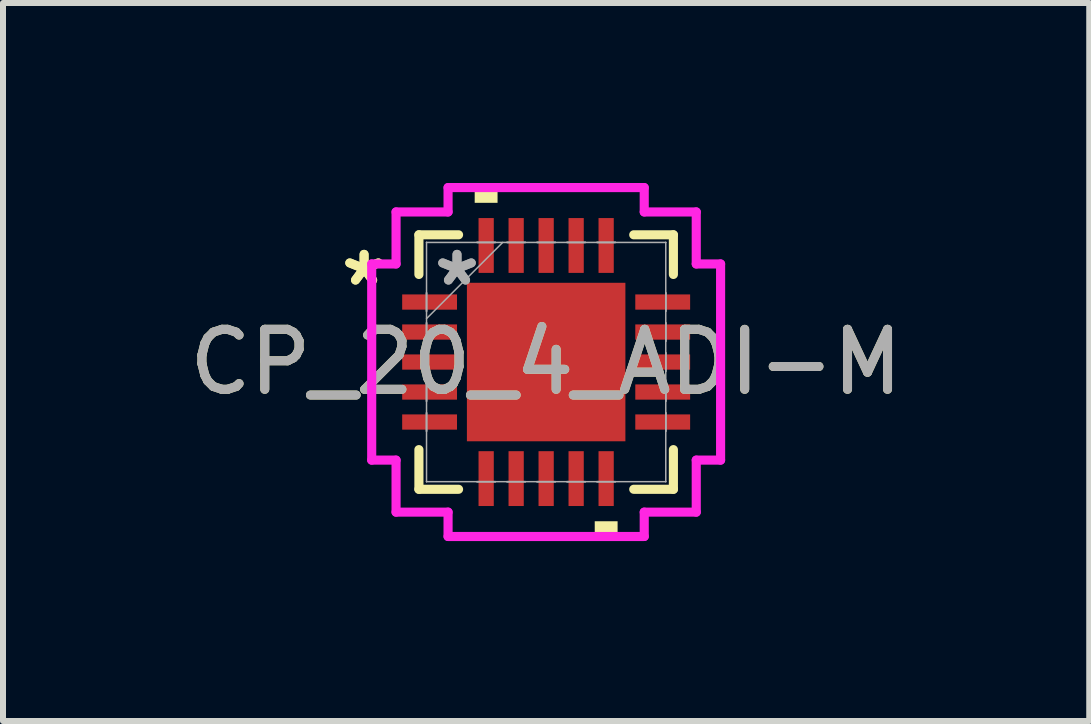
<source format=kicad_pcb>
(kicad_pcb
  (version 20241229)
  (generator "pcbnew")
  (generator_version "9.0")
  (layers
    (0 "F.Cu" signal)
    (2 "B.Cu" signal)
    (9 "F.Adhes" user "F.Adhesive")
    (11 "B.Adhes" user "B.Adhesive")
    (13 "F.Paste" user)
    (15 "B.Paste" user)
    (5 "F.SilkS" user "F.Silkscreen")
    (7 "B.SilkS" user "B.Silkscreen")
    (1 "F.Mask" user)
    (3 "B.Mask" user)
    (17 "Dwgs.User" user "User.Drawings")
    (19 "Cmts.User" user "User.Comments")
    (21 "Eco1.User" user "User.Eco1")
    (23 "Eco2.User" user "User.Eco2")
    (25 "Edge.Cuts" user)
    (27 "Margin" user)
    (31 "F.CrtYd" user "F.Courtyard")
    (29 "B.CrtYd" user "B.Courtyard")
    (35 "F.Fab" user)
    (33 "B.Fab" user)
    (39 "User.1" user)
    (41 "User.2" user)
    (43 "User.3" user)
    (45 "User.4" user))
  (footprint "CP_20_4_ADI-M"
    (layer "F.Cu")
    (at 6.054 2.985)
    (property "Reference" "CP_20_4_ADI-M" (at 0 0 0) (unlocked yes) (layer "F.SilkS") (effects (font (size 1 1) (thickness 0.15))))
    (attr smd)
    (fp_line (start -2.121 -2.121) (end -2.121 -1.46) (stroke (width 0.152) (type solid)) (layer "F.SilkS"))
    (fp_line (start -2.121 1.46) (end -2.121 2.121) (stroke (width 0.152) (type solid)) (layer "F.SilkS"))
    (fp_line (start -2.121 2.121) (end -1.46 2.121) (stroke (width 0.152) (type solid)) (layer "F.SilkS"))
    (fp_line (start -1.46 -2.121) (end -2.121 -2.121) (stroke (width 0.152) (type solid)) (layer "F.SilkS"))
    (fp_line (start 1.46 2.121) (end 2.121 2.121) (stroke (width 0.152) (type solid)) (layer "F.SilkS"))
    (fp_line (start 2.121 -2.121) (end 1.46 -2.121) (stroke (width 0.152) (type solid)) (layer "F.SilkS"))
    (fp_line (start 2.121 -1.46) (end 2.121 -2.121) (stroke (width 0.152) (type solid)) (layer "F.SilkS"))
    (fp_line (start 2.121 2.121) (end 2.121 1.46) (stroke (width 0.152) (type solid)) (layer "F.SilkS"))
    (fp_poly (pts (xy -1.191 -2.654) (xy -1.191 -2.908) (xy -0.81 -2.908) (xy -0.81 -2.654)) (stroke (width 0) (type solid)) (fill yes) (layer "F.SilkS"))
    (fp_poly (pts (xy 0.81 2.654) (xy 0.81 2.908) (xy 1.191 2.908) (xy 1.191 2.654)) (stroke (width 0) (type solid)) (fill yes) (layer "F.SilkS"))
    (fp_poly (pts (xy -1.221 -1.221) (xy -1.221 -0.1) (xy -0.1 -0.1) (xy -0.1 -1.221)) (stroke (width 0) (type solid)) (fill yes) (layer "F.Paste"))
    (fp_poly (pts (xy -1.221 0.1) (xy -1.221 1.221) (xy -0.1 1.221) (xy -0.1 0.1)) (stroke (width 0) (type solid)) (fill yes) (layer "F.Paste"))
    (fp_poly (pts (xy 0.1 -1.221) (xy 0.1 -0.1) (xy 1.221 -0.1) (xy 1.221 -1.221)) (stroke (width 0) (type solid)) (fill yes) (layer "F.Paste"))
    (fp_poly (pts (xy 0.1 0.1) (xy 0.1 1.221) (xy 1.221 1.221) (xy 1.221 0.1)) (stroke (width 0) (type solid)) (fill yes) (layer "F.Paste"))
    (fp_line (start -2.908 -1.635) (end -2.502 -1.635) (stroke (width 0.152) (type solid)) (layer "F.CrtYd"))
    (fp_line (start -2.908 1.635) (end -2.908 -1.635) (stroke (width 0.152) (type solid)) (layer "F.CrtYd"))
    (fp_line (start -2.502 -2.502) (end -1.635 -2.502) (stroke (width 0.152) (type solid)) (layer "F.CrtYd"))
    (fp_line (start -2.502 -1.635) (end -2.502 -2.502) (stroke (width 0.152) (type solid)) (layer "F.CrtYd"))
    (fp_line (start -2.502 1.635) (end -2.908 1.635) (stroke (width 0.152) (type solid)) (layer "F.CrtYd"))
    (fp_line (start -2.502 2.502) (end -2.502 1.635) (stroke (width 0.152) (type solid)) (layer "F.CrtYd"))
    (fp_line (start -1.635 -2.908) (end 1.635 -2.908) (stroke (width 0.152) (type solid)) (layer "F.CrtYd"))
    (fp_line (start -1.635 -2.502) (end -1.635 -2.908) (stroke (width 0.152) (type solid)) (layer "F.CrtYd"))
    (fp_line (start -1.635 2.502) (end -2.502 2.502) (stroke (width 0.152) (type solid)) (layer "F.CrtYd"))
    (fp_line (start -1.635 2.908) (end -1.635 2.502) (stroke (width 0.152) (type solid)) (layer "F.CrtYd"))
    (fp_line (start 1.635 -2.908) (end 1.635 -2.502) (stroke (width 0.152) (type solid)) (layer "F.CrtYd"))
    (fp_line (start 1.635 -2.502) (end 2.502 -2.502) (stroke (width 0.152) (type solid)) (layer "F.CrtYd"))
    (fp_line (start 1.635 2.502) (end 1.635 2.908) (stroke (width 0.152) (type solid)) (layer "F.CrtYd"))
    (fp_line (start 1.635 2.908) (end -1.635 2.908) (stroke (width 0.152) (type solid)) (layer "F.CrtYd"))
    (fp_line (start 2.502 -2.502) (end 2.502 -1.635) (stroke (width 0.152) (type solid)) (layer "F.CrtYd"))
    (fp_line (start 2.502 -1.635) (end 2.908 -1.635) (stroke (width 0.152) (type solid)) (layer "F.CrtYd"))
    (fp_line (start 2.502 1.635) (end 2.502 2.502) (stroke (width 0.152) (type solid)) (layer "F.CrtYd"))
    (fp_line (start 2.502 2.502) (end 1.635 2.502) (stroke (width 0.152) (type solid)) (layer "F.CrtYd"))
    (fp_line (start 2.908 -1.635) (end 2.908 1.635) (stroke (width 0.152) (type solid)) (layer "F.CrtYd"))
    (fp_line (start 2.908 1.635) (end 2.502 1.635) (stroke (width 0.152) (type solid)) (layer "F.CrtYd"))
    (fp_line (start -1.994 -1.994) (end -1.994 -1.994) (stroke (width 0.025) (type solid)) (layer "F.Fab"))
    (fp_line (start -1.994 -1.994) (end -1.994 1.994) (stroke (width 0.025) (type solid)) (layer "F.Fab"))
    (fp_line (start -1.994 -1.152) (end -1.994 -1.152) (stroke (width 0.025) (type solid)) (layer "F.Fab"))
    (fp_line (start -1.994 -1.152) (end -1.994 -0.848) (stroke (width 0.025) (type solid)) (layer "F.Fab"))
    (fp_line (start -1.994 -0.848) (end -1.994 -1.152) (stroke (width 0.025) (type solid)) (layer "F.Fab"))
    (fp_line (start -1.994 -0.848) (end -1.994 -0.848) (stroke (width 0.025) (type solid)) (layer "F.Fab"))
    (fp_line (start -1.994 -0.724) (end -0.724 -1.994) (stroke (width 0.025) (type solid)) (layer "F.Fab"))
    (fp_line (start -1.994 -0.652) (end -1.994 -0.652) (stroke (width 0.025) (type solid)) (layer "F.Fab"))
    (fp_line (start -1.994 -0.652) (end -1.994 -0.348) (stroke (width 0.025) (type solid)) (layer "F.Fab"))
    (fp_line (start -1.994 -0.348) (end -1.994 -0.652) (stroke (width 0.025) (type solid)) (layer "F.Fab"))
    (fp_line (start -1.994 -0.348) (end -1.994 -0.348) (stroke (width 0.025) (type solid)) (layer "F.Fab"))
    (fp_line (start -1.994 -0.152) (end -1.994 -0.152) (stroke (width 0.025) (type solid)) (layer "F.Fab"))
    (fp_line (start -1.994 -0.152) (end -1.994 0.152) (stroke (width 0.025) (type solid)) (layer "F.Fab"))
    (fp_line (start -1.994 0.152) (end -1.994 -0.152) (stroke (width 0.025) (type solid)) (layer "F.Fab"))
    (fp_line (start -1.994 0.152) (end -1.994 0.152) (stroke (width 0.025) (type solid)) (layer "F.Fab"))
    (fp_line (start -1.994 0.348) (end -1.994 0.348) (stroke (width 0.025) (type solid)) (layer "F.Fab"))
    (fp_line (start -1.994 0.348) (end -1.994 0.652) (stroke (width 0.025) (type solid)) (layer "F.Fab"))
    (fp_line (start -1.994 0.652) (end -1.994 0.348) (stroke (width 0.025) (type solid)) (layer "F.Fab"))
    (fp_line (start -1.994 0.652) (end -1.994 0.652) (stroke (width 0.025) (type solid)) (layer "F.Fab"))
    (fp_line (start -1.994 0.848) (end -1.994 0.848) (stroke (width 0.025) (type solid)) (layer "F.Fab"))
    (fp_line (start -1.994 0.848) (end -1.994 1.152) (stroke (width 0.025) (type solid)) (layer "F.Fab"))
    (fp_line (start -1.994 1.152) (end -1.994 0.848) (stroke (width 0.025) (type solid)) (layer "F.Fab"))
    (fp_line (start -1.994 1.152) (end -1.994 1.152) (stroke (width 0.025) (type solid)) (layer "F.Fab"))
    (fp_line (start -1.994 1.994) (end -1.994 1.994) (stroke (width 0.025) (type solid)) (layer "F.Fab"))
    (fp_line (start -1.994 1.994) (end 1.994 1.994) (stroke (width 0.025) (type solid)) (layer "F.Fab"))
    (fp_line (start -1.152 -1.994) (end -1.152 -1.994) (stroke (width 0.025) (type solid)) (layer "F.Fab"))
    (fp_line (start -1.152 -1.994) (end -0.848 -1.994) (stroke (width 0.025) (type solid)) (layer "F.Fab"))
    (fp_line (start -1.152 1.994) (end -1.152 1.994) (stroke (width 0.025) (type solid)) (layer "F.Fab"))
    (fp_line (start -1.152 1.994) (end -0.848 1.994) (stroke (width 0.025) (type solid)) (layer "F.Fab"))
    (fp_line (start -0.848 -1.994) (end -1.152 -1.994) (stroke (width 0.025) (type solid)) (layer "F.Fab"))
    (fp_line (start -0.848 -1.994) (end -0.848 -1.994) (stroke (width 0.025) (type solid)) (layer "F.Fab"))
    (fp_line (start -0.848 1.994) (end -1.152 1.994) (stroke (width 0.025) (type solid)) (layer "F.Fab"))
    (fp_line (start -0.848 1.994) (end -0.848 1.994) (stroke (width 0.025) (type solid)) (layer "F.Fab"))
    (fp_line (start -0.652 -1.994) (end -0.652 -1.994) (stroke (width 0.025) (type solid)) (layer "F.Fab"))
    (fp_line (start -0.652 -1.994) (end -0.348 -1.994) (stroke (width 0.025) (type solid)) (layer "F.Fab"))
    (fp_line (start -0.652 1.994) (end -0.652 1.994) (stroke (width 0.025) (type solid)) (layer "F.Fab"))
    (fp_line (start -0.652 1.994) (end -0.348 1.994) (stroke (width 0.025) (type solid)) (layer "F.Fab"))
    (fp_line (start -0.348 -1.994) (end -0.652 -1.994) (stroke (width 0.025) (type solid)) (layer "F.Fab"))
    (fp_line (start -0.348 -1.994) (end -0.348 -1.994) (stroke (width 0.025) (type solid)) (layer "F.Fab"))
    (fp_line (start -0.348 1.994) (end -0.652 1.994) (stroke (width 0.025) (type solid)) (layer "F.Fab"))
    (fp_line (start -0.348 1.994) (end -0.348 1.994) (stroke (width 0.025) (type solid)) (layer "F.Fab"))
    (fp_line (start -0.152 -1.994) (end -0.152 -1.994) (stroke (width 0.025) (type solid)) (layer "F.Fab"))
    (fp_line (start -0.152 -1.994) (end 0.152 -1.994) (stroke (width 0.025) (type solid)) (layer "F.Fab"))
    (fp_line (start -0.152 1.994) (end -0.152 1.994) (stroke (width 0.025) (type solid)) (layer "F.Fab"))
    (fp_line (start -0.152 1.994) (end 0.152 1.994) (stroke (width 0.025) (type solid)) (layer "F.Fab"))
    (fp_line (start 0.152 -1.994) (end -0.152 -1.994) (stroke (width 0.025) (type solid)) (layer "F.Fab"))
    (fp_line (start 0.152 -1.994) (end 0.152 -1.994) (stroke (width 0.025) (type solid)) (layer "F.Fab"))
    (fp_line (start 0.152 1.994) (end -0.152 1.994) (stroke (width 0.025) (type solid)) (layer "F.Fab"))
    (fp_line (start 0.152 1.994) (end 0.152 1.994) (stroke (width 0.025) (type solid)) (layer "F.Fab"))
    (fp_line (start 0.348 -1.994) (end 0.348 -1.994) (stroke (width 0.025) (type solid)) (layer "F.Fab"))
    (fp_line (start 0.348 -1.994) (end 0.652 -1.994) (stroke (width 0.025) (type solid)) (layer "F.Fab"))
    (fp_line (start 0.348 1.994) (end 0.348 1.994) (stroke (width 0.025) (type solid)) (layer "F.Fab"))
    (fp_line (start 0.348 1.994) (end 0.652 1.994) (stroke (width 0.025) (type solid)) (layer "F.Fab"))
    (fp_line (start 0.652 -1.994) (end 0.348 -1.994) (stroke (width 0.025) (type solid)) (layer "F.Fab"))
    (fp_line (start 0.652 -1.994) (end 0.652 -1.994) (stroke (width 0.025) (type solid)) (layer "F.Fab"))
    (fp_line (start 0.652 1.994) (end 0.348 1.994) (stroke (width 0.025) (type solid)) (layer "F.Fab"))
    (fp_line (start 0.652 1.994) (end 0.652 1.994) (stroke (width 0.025) (type solid)) (layer "F.Fab"))
    (fp_line (start 0.848 -1.994) (end 0.848 -1.994) (stroke (width 0.025) (type solid)) (layer "F.Fab"))
    (fp_line (start 0.848 -1.994) (end 1.152 -1.994) (stroke (width 0.025) (type solid)) (layer "F.Fab"))
    (fp_line (start 0.848 1.994) (end 0.848 1.994) (stroke (width 0.025) (type solid)) (layer "F.Fab"))
    (fp_line (start 0.848 1.994) (end 1.152 1.994) (stroke (width 0.025) (type solid)) (layer "F.Fab"))
    (fp_line (start 1.152 -1.994) (end 0.848 -1.994) (stroke (width 0.025) (type solid)) (layer "F.Fab"))
    (fp_line (start 1.152 -1.994) (end 1.152 -1.994) (stroke (width 0.025) (type solid)) (layer "F.Fab"))
    (fp_line (start 1.152 1.994) (end 0.848 1.994) (stroke (width 0.025) (type solid)) (layer "F.Fab"))
    (fp_line (start 1.152 1.994) (end 1.152 1.994) (stroke (width 0.025) (type solid)) (layer "F.Fab"))
    (fp_line (start 1.994 -1.994) (end -1.994 -1.994) (stroke (width 0.025) (type solid)) (layer "F.Fab"))
    (fp_line (start 1.994 -1.994) (end 1.994 -1.994) (stroke (width 0.025) (type solid)) (layer "F.Fab"))
    (fp_line (start 1.994 -1.152) (end 1.994 -1.152) (stroke (width 0.025) (type solid)) (layer "F.Fab"))
    (fp_line (start 1.994 -1.152) (end 1.994 -0.848) (stroke (width 0.025) (type solid)) (layer "F.Fab"))
    (fp_line (start 1.994 -0.848) (end 1.994 -1.152) (stroke (width 0.025) (type solid)) (layer "F.Fab"))
    (fp_line (start 1.994 -0.848) (end 1.994 -0.848) (stroke (width 0.025) (type solid)) (layer "F.Fab"))
    (fp_line (start 1.994 -0.652) (end 1.994 -0.652) (stroke (width 0.025) (type solid)) (layer "F.Fab"))
    (fp_line (start 1.994 -0.652) (end 1.994 -0.348) (stroke (width 0.025) (type solid)) (layer "F.Fab"))
    (fp_line (start 1.994 -0.348) (end 1.994 -0.652) (stroke (width 0.025) (type solid)) (layer "F.Fab"))
    (fp_line (start 1.994 -0.348) (end 1.994 -0.348) (stroke (width 0.025) (type solid)) (layer "F.Fab"))
    (fp_line (start 1.994 -0.152) (end 1.994 -0.152) (stroke (width 0.025) (type solid)) (layer "F.Fab"))
    (fp_line (start 1.994 -0.152) (end 1.994 0.152) (stroke (width 0.025) (type solid)) (layer "F.Fab"))
    (fp_line (start 1.994 0.152) (end 1.994 -0.152) (stroke (width 0.025) (type solid)) (layer "F.Fab"))
    (fp_line (start 1.994 0.152) (end 1.994 0.152) (stroke (width 0.025) (type solid)) (layer "F.Fab"))
    (fp_line (start 1.994 0.348) (end 1.994 0.348) (stroke (width 0.025) (type solid)) (layer "F.Fab"))
    (fp_line (start 1.994 0.348) (end 1.994 0.652) (stroke (width 0.025) (type solid)) (layer "F.Fab"))
    (fp_line (start 1.994 0.652) (end 1.994 0.348) (stroke (width 0.025) (type solid)) (layer "F.Fab"))
    (fp_line (start 1.994 0.652) (end 1.994 0.652) (stroke (width 0.025) (type solid)) (layer "F.Fab"))
    (fp_line (start 1.994 0.848) (end 1.994 0.848) (stroke (width 0.025) (type solid)) (layer "F.Fab"))
    (fp_line (start 1.994 0.848) (end 1.994 1.152) (stroke (width 0.025) (type solid)) (layer "F.Fab"))
    (fp_line (start 1.994 1.152) (end 1.994 0.848) (stroke (width 0.025) (type solid)) (layer "F.Fab"))
    (fp_line (start 1.994 1.152) (end 1.994 1.152) (stroke (width 0.025) (type solid)) (layer "F.Fab"))
    (fp_line (start 1.994 1.994) (end 1.994 -1.994) (stroke (width 0.025) (type solid)) (layer "F.Fab"))
    (fp_line (start 1.994 1.994) (end 1.994 1.994) (stroke (width 0.025) (type solid)) (layer "F.Fab"))
    (fp_text user "*" (at -3.035 -1.25 0) (layer "F.SilkS") (effects (font (size 1 1) (thickness 0.15))))
    (fp_text user "*" (at -3.035 -1.25 0) (unlocked yes) (layer "F.SilkS") (effects (font (size 1 1) (thickness 0.15))))
    (fp_text user "*" (at -1.486 -1.25 0) (layer "F.Fab") (effects (font (size 1 1) (thickness 0.15))))
    (fp_text user "${REFERENCE}" (at 0 0 0) (unlocked yes) (layer "F.Fab") (effects (font (size 1 1) (thickness 0.15))))
    (fp_text user "*" (at -1.486 -1.25 0) (unlocked yes) (layer "F.Fab") (effects (font (size 1 1) (thickness 0.15))))
    (pad "1" smd rect (at -1.943 -1 90) (size 0.254 0.914) (layers "F.Cu" "F.Mask" "F.Paste"))
    (pad "2" smd rect (at -1.943 -0.5 90) (size 0.254 0.914) (layers "F.Cu" "F.Mask" "F.Paste"))
    (pad "3" smd rect (at -1.943 0 90) (size 0.254 0.914) (layers "F.Cu" "F.Mask" "F.Paste"))
    (pad "4" smd rect (at -1.943 0.5 90) (size 0.254 0.914) (layers "F.Cu" "F.Mask" "F.Paste"))
    (pad "5" smd rect (at -1.943 1 90) (size 0.254 0.914) (layers "F.Cu" "F.Mask" "F.Paste"))
    (pad "6" smd rect (at -1 1.943) (size 0.254 0.914) (layers "F.Cu" "F.Mask" "F.Paste"))
    (pad "7" smd rect (at -0.5 1.943) (size 0.254 0.914) (layers "F.Cu" "F.Mask" "F.Paste"))
    (pad "8" smd rect (at 0 1.943) (size 0.254 0.914) (layers "F.Cu" "F.Mask" "F.Paste"))
    (pad "9" smd rect (at 0.5 1.943) (size 0.254 0.914) (layers "F.Cu" "F.Mask" "F.Paste"))
    (pad "10" smd rect (at 1 1.943) (size 0.254 0.914) (layers "F.Cu" "F.Mask" "F.Paste"))
    (pad "11" smd rect (at 1.943 1 90) (size 0.254 0.914) (layers "F.Cu" "F.Mask" "F.Paste"))
    (pad "12" smd rect (at 1.943 0.5 90) (size 0.254 0.914) (layers "F.Cu" "F.Mask" "F.Paste"))
    (pad "13" smd rect (at 1.943 0 90) (size 0.254 0.914) (layers "F.Cu" "F.Mask" "F.Paste"))
    (pad "14" smd rect (at 1.943 -0.5 90) (size 0.254 0.914) (layers "F.Cu" "F.Mask" "F.Paste"))
    (pad "15" smd rect (at 1.943 -1 90) (size 0.254 0.914) (layers "F.Cu" "F.Mask" "F.Paste"))
    (pad "16" smd rect (at 1 -1.943) (size 0.254 0.914) (layers "F.Cu" "F.Mask" "F.Paste"))
    (pad "17" smd rect (at 0.5 -1.943) (size 0.254 0.914) (layers "F.Cu" "F.Mask" "F.Paste"))
    (pad "18" smd rect (at 0 -1.943) (size 0.254 0.914) (layers "F.Cu" "F.Mask" "F.Paste"))
    (pad "19" smd rect (at -0.5 -1.943) (size 0.254 0.914) (layers "F.Cu" "F.Mask" "F.Paste"))
    (pad "20" smd rect (at -1 -1.943) (size 0.254 0.914) (layers "F.Cu" "F.Mask" "F.Paste"))
    (pad "21" smd rect (at 0 0) (size 2.642 2.642) (layers "F.Cu" "F.Mask")))
  (gr_rect
    (start -3 -3)
    (end 15.107 8.969)
    (stroke (width 0.1) (type default))
    (fill no)
    (layer "Edge.Cuts")))
</source>
